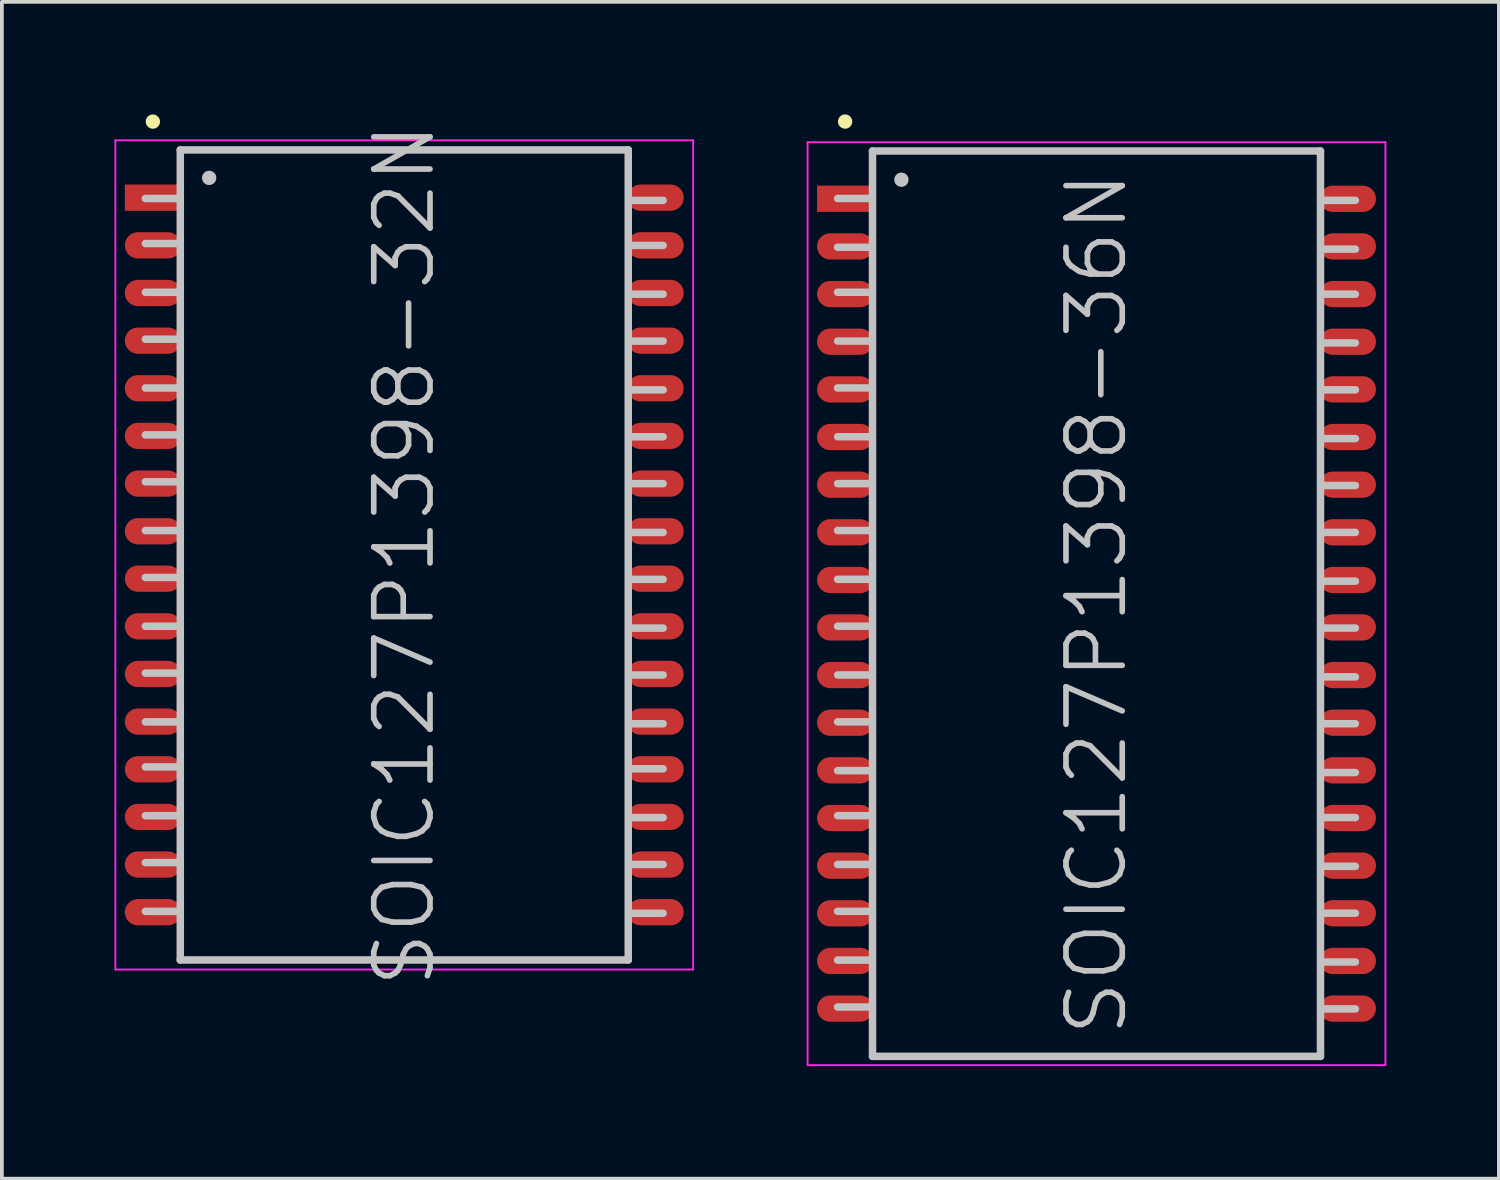
<source format=kicad_pcb>
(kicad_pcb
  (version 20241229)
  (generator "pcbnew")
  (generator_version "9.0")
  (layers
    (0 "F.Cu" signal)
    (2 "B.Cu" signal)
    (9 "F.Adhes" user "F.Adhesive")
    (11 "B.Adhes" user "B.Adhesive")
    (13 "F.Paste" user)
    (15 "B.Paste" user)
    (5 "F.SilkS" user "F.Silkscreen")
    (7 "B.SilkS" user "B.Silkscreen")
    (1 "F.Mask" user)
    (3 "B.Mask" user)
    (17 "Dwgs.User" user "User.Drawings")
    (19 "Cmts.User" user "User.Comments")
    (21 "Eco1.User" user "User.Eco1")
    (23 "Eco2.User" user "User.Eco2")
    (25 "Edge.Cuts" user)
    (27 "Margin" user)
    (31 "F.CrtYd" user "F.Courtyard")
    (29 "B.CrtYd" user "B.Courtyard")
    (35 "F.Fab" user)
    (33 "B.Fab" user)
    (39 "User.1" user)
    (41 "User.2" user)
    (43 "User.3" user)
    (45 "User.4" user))
  (footprint "SOIC127P1398-32N"
    (layer "F.Cu")
    (at 7.725 11.741)
    (property "Reference" "SOIC127P1398-32N" (at 0 0 90) (layer "Dwgs.User") (effects (font (size 1.5 1.5) (thickness 0.15))))
    (attr smd)
    (fp_line (start -6.7 -11.55) (end -6.7 -11.55) (stroke (width 0.381) (type solid)) (layer "F.SilkS"))
    (fp_line (start -6 -9.5) (end -6.9 -9.5) (stroke (width 0.2) (type solid)) (layer "Dwgs.User"))
    (fp_line (start -6 -8.3) (end -6.9 -8.3) (stroke (width 0.2) (type solid)) (layer "Dwgs.User"))
    (fp_line (start -6 -7) (end -6.9 -7) (stroke (width 0.2) (type solid)) (layer "Dwgs.User"))
    (fp_line (start -6 -5.75) (end -6.9 -5.75) (stroke (width 0.2) (type solid)) (layer "Dwgs.User"))
    (fp_line (start -6 -4.45) (end -6.9 -4.45) (stroke (width 0.2) (type solid)) (layer "Dwgs.User"))
    (fp_line (start -6 -3.2) (end -6.9 -3.2) (stroke (width 0.2) (type solid)) (layer "Dwgs.User"))
    (fp_line (start -6 -1.95) (end -6.9 -1.95) (stroke (width 0.2) (type solid)) (layer "Dwgs.User"))
    (fp_line (start -6 -0.65) (end -6.9 -0.65) (stroke (width 0.2) (type solid)) (layer "Dwgs.User"))
    (fp_line (start -6 0.6) (end -6.9 0.6) (stroke (width 0.2) (type solid)) (layer "Dwgs.User"))
    (fp_line (start -6 1.9) (end -6.9 1.9) (stroke (width 0.2) (type solid)) (layer "Dwgs.User"))
    (fp_line (start -6 3.15) (end -6.9 3.15) (stroke (width 0.2) (type solid)) (layer "Dwgs.User"))
    (fp_line (start -6 4.45) (end -6.9 4.45) (stroke (width 0.2) (type solid)) (layer "Dwgs.User"))
    (fp_line (start -6 5.65) (end -6.9 5.65) (stroke (width 0.2) (type solid)) (layer "Dwgs.User"))
    (fp_line (start -6 6.95) (end -6.9 6.95) (stroke (width 0.2) (type solid)) (layer "Dwgs.User"))
    (fp_line (start -6 8.2) (end -6.9 8.2) (stroke (width 0.2) (type solid)) (layer "Dwgs.User"))
    (fp_line (start -6 9.5) (end -6.9 9.5) (stroke (width 0.2) (type solid)) (layer "Dwgs.User"))
    (fp_line (start -5.97 -10.795) (end -5.97 10.795) (stroke (width 0.2) (type solid)) (layer "Dwgs.User"))
    (fp_line (start -5.97 -10.795) (end 5.97 -10.795) (stroke (width 0.2) (type solid)) (layer "Dwgs.User"))
    (fp_line (start -5.97 10.795) (end 5.97 10.795) (stroke (width 0.2) (type solid)) (layer "Dwgs.User"))
    (fp_line (start -5.2 -10.05) (end -5.2 -10.05) (stroke (width 0.381) (type solid)) (layer "Dwgs.User"))
    (fp_line (start 5.97 -10.795) (end 5.97 10.795) (stroke (width 0.2) (type solid)) (layer "Dwgs.User"))
    (fp_line (start 6.9 -9.45) (end 6 -9.45) (stroke (width 0.2) (type solid)) (layer "Dwgs.User"))
    (fp_line (start 6.9 -8.25) (end 6 -8.25) (stroke (width 0.2) (type solid)) (layer "Dwgs.User"))
    (fp_line (start 6.9 -6.95) (end 6 -6.95) (stroke (width 0.2) (type solid)) (layer "Dwgs.User"))
    (fp_line (start 6.9 -5.7) (end 6 -5.7) (stroke (width 0.2) (type solid)) (layer "Dwgs.User"))
    (fp_line (start 6.9 -4.4) (end 6 -4.4) (stroke (width 0.2) (type solid)) (layer "Dwgs.User"))
    (fp_line (start 6.9 -3.15) (end 6 -3.15) (stroke (width 0.2) (type solid)) (layer "Dwgs.User"))
    (fp_line (start 6.9 -1.9) (end 6 -1.9) (stroke (width 0.2) (type solid)) (layer "Dwgs.User"))
    (fp_line (start 6.9 -0.6) (end 6 -0.6) (stroke (width 0.2) (type solid)) (layer "Dwgs.User"))
    (fp_line (start 6.9 0.65) (end 6 0.65) (stroke (width 0.2) (type solid)) (layer "Dwgs.User"))
    (fp_line (start 6.9 1.95) (end 6 1.95) (stroke (width 0.2) (type solid)) (layer "Dwgs.User"))
    (fp_line (start 6.9 3.2) (end 6 3.2) (stroke (width 0.2) (type solid)) (layer "Dwgs.User"))
    (fp_line (start 6.9 4.5) (end 6 4.5) (stroke (width 0.2) (type solid)) (layer "Dwgs.User"))
    (fp_line (start 6.9 5.7) (end 6 5.7) (stroke (width 0.2) (type solid)) (layer "Dwgs.User"))
    (fp_line (start 6.9 7) (end 6 7) (stroke (width 0.2) (type solid)) (layer "Dwgs.User"))
    (fp_line (start 6.9 8.25) (end 6 8.25) (stroke (width 0.2) (type solid)) (layer "Dwgs.User"))
    (fp_line (start 6.9 9.55) (end 6 9.55) (stroke (width 0.2) (type solid)) (layer "Dwgs.User"))
    (fp_line (start -7.7 -11.05) (end -7.7 11.05) (stroke (width 0.05) (type solid)) (layer "F.CrtYd"))
    (fp_line (start -7.7 -11.05) (end 7.7 -11.05) (stroke (width 0.05) (type solid)) (layer "F.CrtYd"))
    (fp_line (start -7.7 11.05) (end 7.7 11.05) (stroke (width 0.05) (type solid)) (layer "F.CrtYd"))
    (fp_line (start 7.7 -11.05) (end 7.7 11.05) (stroke (width 0.05) (type solid)) (layer "F.CrtYd"))
    (pad "1" smd rect (at -6.698 -9.522 90) (size 0.7 1.5) (layers "F.Cu" "F.Mask" "F.Paste"))
    (pad "2" smd oval (at -6.698 -8.252 90) (size 0.7 1.5) (layers "F.Cu" "F.Mask" "F.Paste"))
    (pad "3" smd oval (at -6.698 -6.982 90) (size 0.7 1.5) (layers "F.Cu" "F.Mask" "F.Paste"))
    (pad "4" smd oval (at -6.698 -5.712 90) (size 0.7 1.5) (layers "F.Cu" "F.Mask" "F.Paste"))
    (pad "5" smd oval (at -6.698 -4.442 90) (size 0.7 1.5) (layers "F.Cu" "F.Mask" "F.Paste"))
    (pad "6" smd oval (at -6.698 -3.172 90) (size 0.7 1.5) (layers "F.Cu" "F.Mask" "F.Paste"))
    (pad "7" smd oval (at -6.698 -1.902 90) (size 0.7 1.5) (layers "F.Cu" "F.Mask" "F.Paste"))
    (pad "8" smd oval (at -6.698 -0.632 90) (size 0.7 1.5) (layers "F.Cu" "F.Mask" "F.Paste"))
    (pad "9" smd oval (at -6.698 0.632 90) (size 0.7 1.5) (layers "F.Cu" "F.Mask" "F.Paste"))
    (pad "10" smd oval (at -6.698 1.902 90) (size 0.7 1.5) (layers "F.Cu" "F.Mask" "F.Paste"))
    (pad "11" smd oval (at -6.698 3.172 90) (size 0.7 1.5) (layers "F.Cu" "F.Mask" "F.Paste"))
    (pad "12" smd oval (at -6.698 4.442 90) (size 0.7 1.5) (layers "F.Cu" "F.Mask" "F.Paste"))
    (pad "13" smd oval (at -6.698 5.712 90) (size 0.7 1.5) (layers "F.Cu" "F.Mask" "F.Paste"))
    (pad "14" smd oval (at -6.698 6.982 90) (size 0.7 1.5) (layers "F.Cu" "F.Mask" "F.Paste"))
    (pad "15" smd oval (at -6.698 8.252 90) (size 0.7 1.5) (layers "F.Cu" "F.Mask" "F.Paste"))
    (pad "16" smd oval (at -6.698 9.522 90) (size 0.7 1.5) (layers "F.Cu" "F.Mask" "F.Paste"))
    (pad "17" smd oval (at 6.698 9.522 270) (size 0.7 1.5) (layers "F.Cu" "F.Mask" "F.Paste"))
    (pad "18" smd oval (at 6.698 8.252 270) (size 0.7 1.5) (layers "F.Cu" "F.Mask" "F.Paste"))
    (pad "19" smd oval (at 6.698 6.982 270) (size 0.7 1.5) (layers "F.Cu" "F.Mask" "F.Paste"))
    (pad "20" smd oval (at 6.698 5.712 270) (size 0.7 1.5) (layers "F.Cu" "F.Mask" "F.Paste"))
    (pad "21" smd oval (at 6.698 4.442 270) (size 0.7 1.5) (layers "F.Cu" "F.Mask" "F.Paste"))
    (pad "22" smd oval (at 6.698 3.172 270) (size 0.7 1.5) (layers "F.Cu" "F.Mask" "F.Paste"))
    (pad "23" smd oval (at 6.698 1.902 270) (size 0.7 1.5) (layers "F.Cu" "F.Mask" "F.Paste"))
    (pad "24" smd oval (at 6.698 0.632 270) (size 0.7 1.5) (layers "F.Cu" "F.Mask" "F.Paste"))
    (pad "25" smd oval (at 6.698 -0.632 270) (size 0.7 1.5) (layers "F.Cu" "F.Mask" "F.Paste"))
    (pad "26" smd oval (at 6.698 -1.902 270) (size 0.7 1.5) (layers "F.Cu" "F.Mask" "F.Paste"))
    (pad "27" smd oval (at 6.698 -3.172 270) (size 0.7 1.5) (layers "F.Cu" "F.Mask" "F.Paste"))
    (pad "28" smd oval (at 6.698 -4.442 270) (size 0.7 1.5) (layers "F.Cu" "F.Mask" "F.Paste"))
    (pad "29" smd oval (at 6.698 -5.712 270) (size 0.7 1.5) (layers "F.Cu" "F.Mask" "F.Paste"))
    (pad "30" smd oval (at 6.698 -6.982 270) (size 0.7 1.5) (layers "F.Cu" "F.Mask" "F.Paste"))
    (pad "31" smd oval (at 6.698 -8.252 270) (size 0.7 1.5) (layers "F.Cu" "F.Mask" "F.Paste"))
    (pad "32" smd oval (at 6.698 -9.522 270) (size 0.7 1.5) (layers "F.Cu" "F.Mask" "F.Paste")))
  (footprint "SOIC127P1398-36N"
    (layer "F.Cu")
    (at 26.175 13.04)
    (property "Reference" "SOIC127P1398-36N" (at 0 0 90) (layer "Dwgs.User") (effects (font (size 1.5 1.5) (thickness 0.15))))
    (attr smd)
    (fp_line (start -6.7 -12.85) (end -6.7 -12.85) (stroke (width 0.381) (type solid)) (layer "F.SilkS"))
    (fp_line (start -6 -10.8) (end -6.9 -10.8) (stroke (width 0.2) (type solid)) (layer "Dwgs.User"))
    (fp_line (start -6 -9.5) (end -6.9 -9.5) (stroke (width 0.2) (type solid)) (layer "Dwgs.User"))
    (fp_line (start -6 -8.3) (end -6.9 -8.3) (stroke (width 0.2) (type solid)) (layer "Dwgs.User"))
    (fp_line (start -6 -7) (end -6.9 -7) (stroke (width 0.2) (type solid)) (layer "Dwgs.User"))
    (fp_line (start -6 -5.75) (end -6.9 -5.75) (stroke (width 0.2) (type solid)) (layer "Dwgs.User"))
    (fp_line (start -6 -4.45) (end -6.9 -4.45) (stroke (width 0.2) (type solid)) (layer "Dwgs.User"))
    (fp_line (start -6 -3.2) (end -6.9 -3.2) (stroke (width 0.2) (type solid)) (layer "Dwgs.User"))
    (fp_line (start -6 -1.95) (end -6.9 -1.95) (stroke (width 0.2) (type solid)) (layer "Dwgs.User"))
    (fp_line (start -6 -0.65) (end -6.9 -0.65) (stroke (width 0.2) (type solid)) (layer "Dwgs.User"))
    (fp_line (start -6 0.6) (end -6.9 0.6) (stroke (width 0.2) (type solid)) (layer "Dwgs.User"))
    (fp_line (start -6 1.9) (end -6.9 1.9) (stroke (width 0.2) (type solid)) (layer "Dwgs.User"))
    (fp_line (start -6 3.15) (end -6.9 3.15) (stroke (width 0.2) (type solid)) (layer "Dwgs.User"))
    (fp_line (start -6 4.45) (end -6.9 4.45) (stroke (width 0.2) (type solid)) (layer "Dwgs.User"))
    (fp_line (start -6 5.65) (end -6.9 5.65) (stroke (width 0.2) (type solid)) (layer "Dwgs.User"))
    (fp_line (start -6 6.95) (end -6.9 6.95) (stroke (width 0.2) (type solid)) (layer "Dwgs.User"))
    (fp_line (start -6 8.2) (end -6.9 8.2) (stroke (width 0.2) (type solid)) (layer "Dwgs.User"))
    (fp_line (start -6 9.5) (end -6.9 9.5) (stroke (width 0.2) (type solid)) (layer "Dwgs.User"))
    (fp_line (start -6 10.75) (end -6.9 10.75) (stroke (width 0.2) (type solid)) (layer "Dwgs.User"))
    (fp_line (start -5.97 -12.065) (end -5.97 12.065) (stroke (width 0.2) (type solid)) (layer "Dwgs.User"))
    (fp_line (start -5.97 -12.065) (end 5.97 -12.065) (stroke (width 0.2) (type solid)) (layer "Dwgs.User"))
    (fp_line (start -5.97 12.065) (end 5.97 12.065) (stroke (width 0.2) (type solid)) (layer "Dwgs.User"))
    (fp_line (start -5.2 -11.3) (end -5.2 -11.3) (stroke (width 0.381) (type solid)) (layer "Dwgs.User"))
    (fp_line (start 5.97 -12.065) (end 5.97 12.065) (stroke (width 0.2) (type solid)) (layer "Dwgs.User"))
    (fp_line (start 6.9 -10.75) (end 6 -10.75) (stroke (width 0.2) (type solid)) (layer "Dwgs.User"))
    (fp_line (start 6.9 -9.45) (end 6 -9.45) (stroke (width 0.2) (type solid)) (layer "Dwgs.User"))
    (fp_line (start 6.9 -8.25) (end 6 -8.25) (stroke (width 0.2) (type solid)) (layer "Dwgs.User"))
    (fp_line (start 6.9 -6.95) (end 6 -6.95) (stroke (width 0.2) (type solid)) (layer "Dwgs.User"))
    (fp_line (start 6.9 -5.7) (end 6 -5.7) (stroke (width 0.2) (type solid)) (layer "Dwgs.User"))
    (fp_line (start 6.9 -4.4) (end 6 -4.4) (stroke (width 0.2) (type solid)) (layer "Dwgs.User"))
    (fp_line (start 6.9 -3.15) (end 6 -3.15) (stroke (width 0.2) (type solid)) (layer "Dwgs.User"))
    (fp_line (start 6.9 -1.9) (end 6 -1.9) (stroke (width 0.2) (type solid)) (layer "Dwgs.User"))
    (fp_line (start 6.9 -0.6) (end 6 -0.6) (stroke (width 0.2) (type solid)) (layer "Dwgs.User"))
    (fp_line (start 6.9 0.65) (end 6 0.65) (stroke (width 0.2) (type solid)) (layer "Dwgs.User"))
    (fp_line (start 6.9 1.95) (end 6 1.95) (stroke (width 0.2) (type solid)) (layer "Dwgs.User"))
    (fp_line (start 6.9 3.2) (end 6 3.2) (stroke (width 0.2) (type solid)) (layer "Dwgs.User"))
    (fp_line (start 6.9 4.5) (end 6 4.5) (stroke (width 0.2) (type solid)) (layer "Dwgs.User"))
    (fp_line (start 6.9 5.7) (end 6 5.7) (stroke (width 0.2) (type solid)) (layer "Dwgs.User"))
    (fp_line (start 6.9 7) (end 6 7) (stroke (width 0.2) (type solid)) (layer "Dwgs.User"))
    (fp_line (start 6.9 8.25) (end 6 8.25) (stroke (width 0.2) (type solid)) (layer "Dwgs.User"))
    (fp_line (start 6.9 9.55) (end 6 9.55) (stroke (width 0.2) (type solid)) (layer "Dwgs.User"))
    (fp_line (start 6.9 10.8) (end 6 10.8) (stroke (width 0.2) (type solid)) (layer "Dwgs.User"))
    (fp_line (start -7.7 -12.3) (end -7.7 12.3) (stroke (width 0.05) (type solid)) (layer "F.CrtYd"))
    (fp_line (start -7.7 -12.3) (end 7.7 -12.3) (stroke (width 0.05) (type solid)) (layer "F.CrtYd"))
    (fp_line (start -7.7 12.3) (end 7.7 12.3) (stroke (width 0.05) (type solid)) (layer "F.CrtYd"))
    (fp_line (start 7.7 -12.3) (end 7.7 12.3) (stroke (width 0.05) (type solid)) (layer "F.CrtYd"))
    (pad "1" smd rect (at -6.698 -10.792 90) (size 0.7 1.5) (layers "F.Cu" "F.Mask" "F.Paste"))
    (pad "2" smd oval (at -6.698 -9.522 90) (size 0.7 1.5) (layers "F.Cu" "F.Mask" "F.Paste"))
    (pad "3" smd oval (at -6.698 -8.252 90) (size 0.7 1.5) (layers "F.Cu" "F.Mask" "F.Paste"))
    (pad "4" smd oval (at -6.698 -6.982 90) (size 0.7 1.5) (layers "F.Cu" "F.Mask" "F.Paste"))
    (pad "5" smd oval (at -6.698 -5.712 90) (size 0.7 1.5) (layers "F.Cu" "F.Mask" "F.Paste"))
    (pad "6" smd oval (at -6.698 -4.442 90) (size 0.7 1.5) (layers "F.Cu" "F.Mask" "F.Paste"))
    (pad "7" smd oval (at -6.698 -3.172 90) (size 0.7 1.5) (layers "F.Cu" "F.Mask" "F.Paste"))
    (pad "8" smd oval (at -6.698 -1.902 90) (size 0.7 1.5) (layers "F.Cu" "F.Mask" "F.Paste"))
    (pad "9" smd oval (at -6.698 -0.632 90) (size 0.7 1.5) (layers "F.Cu" "F.Mask" "F.Paste"))
    (pad "10" smd oval (at -6.698 0.632 90) (size 0.7 1.5) (layers "F.Cu" "F.Mask" "F.Paste"))
    (pad "11" smd oval (at -6.698 1.902 90) (size 0.7 1.5) (layers "F.Cu" "F.Mask" "F.Paste"))
    (pad "12" smd oval (at -6.698 3.172 90) (size 0.7 1.5) (layers "F.Cu" "F.Mask" "F.Paste"))
    (pad "13" smd oval (at -6.698 4.442 90) (size 0.7 1.5) (layers "F.Cu" "F.Mask" "F.Paste"))
    (pad "14" smd oval (at -6.698 5.712 90) (size 0.7 1.5) (layers "F.Cu" "F.Mask" "F.Paste"))
    (pad "15" smd oval (at -6.698 6.982 90) (size 0.7 1.5) (layers "F.Cu" "F.Mask" "F.Paste"))
    (pad "16" smd oval (at -6.698 8.252 90) (size 0.7 1.5) (layers "F.Cu" "F.Mask" "F.Paste"))
    (pad "17" smd oval (at -6.698 9.522 90) (size 0.7 1.5) (layers "F.Cu" "F.Mask" "F.Paste"))
    (pad "18" smd oval (at -6.698 10.792 90) (size 0.7 1.5) (layers "F.Cu" "F.Mask" "F.Paste"))
    (pad "19" smd oval (at 6.698 10.792 270) (size 0.7 1.5) (layers "F.Cu" "F.Mask" "F.Paste"))
    (pad "20" smd oval (at 6.698 9.522 270) (size 0.7 1.5) (layers "F.Cu" "F.Mask" "F.Paste"))
    (pad "21" smd oval (at 6.698 8.252 270) (size 0.7 1.5) (layers "F.Cu" "F.Mask" "F.Paste"))
    (pad "22" smd oval (at 6.698 6.982 270) (size 0.7 1.5) (layers "F.Cu" "F.Mask" "F.Paste"))
    (pad "23" smd oval (at 6.698 5.712 270) (size 0.7 1.5) (layers "F.Cu" "F.Mask" "F.Paste"))
    (pad "24" smd oval (at 6.698 4.442 270) (size 0.7 1.5) (layers "F.Cu" "F.Mask" "F.Paste"))
    (pad "25" smd oval (at 6.698 3.172 270) (size 0.7 1.5) (layers "F.Cu" "F.Mask" "F.Paste"))
    (pad "26" smd oval (at 6.698 1.902 270) (size 0.7 1.5) (layers "F.Cu" "F.Mask" "F.Paste"))
    (pad "27" smd oval (at 6.698 0.632 270) (size 0.7 1.5) (layers "F.Cu" "F.Mask" "F.Paste"))
    (pad "28" smd oval (at 6.698 -0.632 270) (size 0.7 1.5) (layers "F.Cu" "F.Mask" "F.Paste"))
    (pad "29" smd oval (at 6.698 -1.902 270) (size 0.7 1.5) (layers "F.Cu" "F.Mask" "F.Paste"))
    (pad "30" smd oval (at 6.698 -3.172 270) (size 0.7 1.5) (layers "F.Cu" "F.Mask" "F.Paste"))
    (pad "31" smd oval (at 6.698 -4.442 270) (size 0.7 1.5) (layers "F.Cu" "F.Mask" "F.Paste"))
    (pad "32" smd oval (at 6.698 -5.712 270) (size 0.7 1.5) (layers "F.Cu" "F.Mask" "F.Paste"))
    (pad "33" smd oval (at 6.698 -6.982 270) (size 0.7 1.5) (layers "F.Cu" "F.Mask" "F.Paste"))
    (pad "34" smd oval (at 6.698 -8.252 270) (size 0.7 1.5) (layers "F.Cu" "F.Mask" "F.Paste"))
    (pad "35" smd oval (at 6.698 -9.522 270) (size 0.7 1.5) (layers "F.Cu" "F.Mask" "F.Paste"))
    (pad "36" smd oval (at 6.698 -10.792 270) (size 0.7 1.5) (layers "F.Cu" "F.Mask" "F.Paste")))
  (gr_rect
    (start -3 -3)
    (end 36.9 28.366)
    (stroke (width 0.1) (type default))
    (fill no)
    (layer "Edge.Cuts")))
</source>
